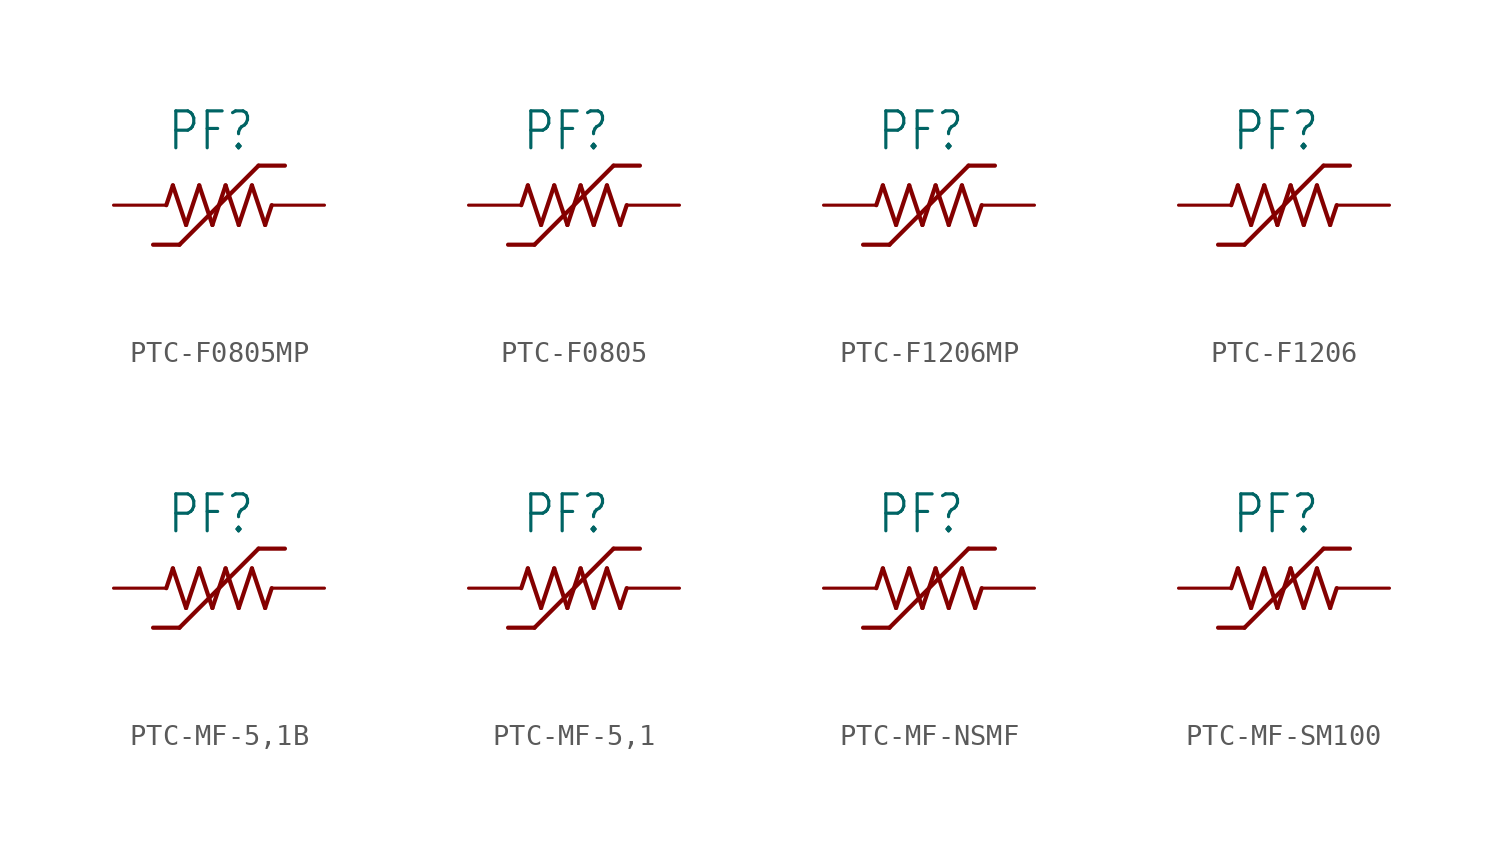
<source format=kicad_sym>
(kicad_symbol_lib
  (version 20231120)
  (generator "kicad_symbol_editor")
  (generator_version "8.0")
  (symbol "PTC-F0805MP"
    (property "Reference" "PF"
      (at -2.54 2.54 0)
      (effects (font (size 1.778 1.511)) (justify left bottom)))
    (property "Value" ""
      (at -5.08 -5.08 0)
      (effects (font (size 1.778 1.511)) (justify left bottom)))
    (property "ki_locked" ""
      (at 0 0 0)
      (effects (font (size 1.27 1.27))))
    (symbol "PTC-F0805MP_1_0"
      (polyline (pts (xy -2.54 0) (xy -2.223 0.953)) (stroke (width 0.203) (type solid)) (fill (type none)))
      (polyline (pts (xy -2.223 0.953) (xy -1.587 -0.953)) (stroke (width 0.203) (type solid)) (fill (type none)))
      (polyline (pts (xy -1.905 -1.905) (xy -3.175 -1.905)) (stroke (width 0.203) (type solid)) (fill (type none)))
      (polyline (pts (xy -1.587 -0.953) (xy -0.953 0.953)) (stroke (width 0.203) (type solid)) (fill (type none)))
      (polyline (pts (xy -0.953 0.953) (xy -0.318 -0.953)) (stroke (width 0.203) (type solid)) (fill (type none)))
      (polyline (pts (xy -0.318 -0.953) (xy 0.318 0.953)) (stroke (width 0.203) (type solid)) (fill (type none)))
      (polyline (pts (xy 0.318 0.953) (xy 0.953 -0.953)) (stroke (width 0.203) (type solid)) (fill (type none)))
      (polyline (pts (xy 0.953 -0.953) (xy 1.587 0.953)) (stroke (width 0.203) (type solid)) (fill (type none)))
      (polyline (pts (xy 1.587 0.953) (xy 2.223 -0.953)) (stroke (width 0.203) (type solid)) (fill (type none)))
      (polyline (pts (xy 1.905 1.905) (xy -1.905 -1.905)) (stroke (width 0.203) (type solid)) (fill (type none)))
      (polyline (pts (xy 2.223 -0.953) (xy 2.54 0)) (stroke (width 0.203) (type solid)) (fill (type none)))
      (polyline (pts (xy 3.175 1.905) (xy 1.905 1.905)) (stroke (width 0.203) (type solid)) (fill (type none)))
      (pin passive line (at -5.08 0 0) (length 2.54) (name "1" (effects (font (size 0 0)))) (number "1" (effects (font (size 0 0)))))
      (pin passive line (at 5.08 0 180) (length 2.54) (name "2" (effects (font (size 0 0)))) (number "2" (effects (font (size 0 0)))))))
  (symbol "PTC-F0805"
    (property "Reference" "PF"
      (at -2.54 2.54 0)
      (effects (font (size 1.778 1.511)) (justify left bottom)))
    (property "Value" ""
      (at -5.08 -5.08 0)
      (effects (font (size 1.778 1.511)) (justify left bottom)))
    (property "ki_locked" ""
      (at 0 0 0)
      (effects (font (size 1.27 1.27))))
    (symbol "PTC-F0805_1_0"
      (polyline (pts (xy -2.54 0) (xy -2.223 0.953)) (stroke (width 0.203) (type solid)) (fill (type none)))
      (polyline (pts (xy -2.223 0.953) (xy -1.587 -0.953)) (stroke (width 0.203) (type solid)) (fill (type none)))
      (polyline (pts (xy -1.905 -1.905) (xy -3.175 -1.905)) (stroke (width 0.203) (type solid)) (fill (type none)))
      (polyline (pts (xy -1.587 -0.953) (xy -0.953 0.953)) (stroke (width 0.203) (type solid)) (fill (type none)))
      (polyline (pts (xy -0.953 0.953) (xy -0.318 -0.953)) (stroke (width 0.203) (type solid)) (fill (type none)))
      (polyline (pts (xy -0.318 -0.953) (xy 0.318 0.953)) (stroke (width 0.203) (type solid)) (fill (type none)))
      (polyline (pts (xy 0.318 0.953) (xy 0.953 -0.953)) (stroke (width 0.203) (type solid)) (fill (type none)))
      (polyline (pts (xy 0.953 -0.953) (xy 1.587 0.953)) (stroke (width 0.203) (type solid)) (fill (type none)))
      (polyline (pts (xy 1.587 0.953) (xy 2.223 -0.953)) (stroke (width 0.203) (type solid)) (fill (type none)))
      (polyline (pts (xy 1.905 1.905) (xy -1.905 -1.905)) (stroke (width 0.203) (type solid)) (fill (type none)))
      (polyline (pts (xy 2.223 -0.953) (xy 2.54 0)) (stroke (width 0.203) (type solid)) (fill (type none)))
      (polyline (pts (xy 3.175 1.905) (xy 1.905 1.905)) (stroke (width 0.203) (type solid)) (fill (type none)))
      (pin passive line (at -5.08 0 0) (length 2.54) (name "1" (effects (font (size 0 0)))) (number "1" (effects (font (size 0 0)))))
      (pin passive line (at 5.08 0 180) (length 2.54) (name "2" (effects (font (size 0 0)))) (number "2" (effects (font (size 0 0)))))))
  (symbol "PTC-F1206MP"
    (property "Reference" "PF"
      (at -2.54 2.54 0)
      (effects (font (size 1.778 1.511)) (justify left bottom)))
    (property "Value" ""
      (at -5.08 -5.08 0)
      (effects (font (size 1.778 1.511)) (justify left bottom)))
    (property "ki_locked" ""
      (at 0 0 0)
      (effects (font (size 1.27 1.27))))
    (symbol "PTC-F1206MP_1_0"
      (polyline (pts (xy -2.54 0) (xy -2.223 0.953)) (stroke (width 0.203) (type solid)) (fill (type none)))
      (polyline (pts (xy -2.223 0.953) (xy -1.587 -0.953)) (stroke (width 0.203) (type solid)) (fill (type none)))
      (polyline (pts (xy -1.905 -1.905) (xy -3.175 -1.905)) (stroke (width 0.203) (type solid)) (fill (type none)))
      (polyline (pts (xy -1.587 -0.953) (xy -0.953 0.953)) (stroke (width 0.203) (type solid)) (fill (type none)))
      (polyline (pts (xy -0.953 0.953) (xy -0.318 -0.953)) (stroke (width 0.203) (type solid)) (fill (type none)))
      (polyline (pts (xy -0.318 -0.953) (xy 0.318 0.953)) (stroke (width 0.203) (type solid)) (fill (type none)))
      (polyline (pts (xy 0.318 0.953) (xy 0.953 -0.953)) (stroke (width 0.203) (type solid)) (fill (type none)))
      (polyline (pts (xy 0.953 -0.953) (xy 1.587 0.953)) (stroke (width 0.203) (type solid)) (fill (type none)))
      (polyline (pts (xy 1.587 0.953) (xy 2.223 -0.953)) (stroke (width 0.203) (type solid)) (fill (type none)))
      (polyline (pts (xy 1.905 1.905) (xy -1.905 -1.905)) (stroke (width 0.203) (type solid)) (fill (type none)))
      (polyline (pts (xy 2.223 -0.953) (xy 2.54 0)) (stroke (width 0.203) (type solid)) (fill (type none)))
      (polyline (pts (xy 3.175 1.905) (xy 1.905 1.905)) (stroke (width 0.203) (type solid)) (fill (type none)))
      (pin passive line (at -5.08 0 0) (length 2.54) (name "1" (effects (font (size 0 0)))) (number "1" (effects (font (size 0 0)))))
      (pin passive line (at 5.08 0 180) (length 2.54) (name "2" (effects (font (size 0 0)))) (number "2" (effects (font (size 0 0)))))))
  (symbol "PTC-F1206"
    (property "Reference" "PF"
      (at -2.54 2.54 0)
      (effects (font (size 1.778 1.511)) (justify left bottom)))
    (property "Value" ""
      (at -5.08 -5.08 0)
      (effects (font (size 1.778 1.511)) (justify left bottom)))
    (property "ki_locked" ""
      (at 0 0 0)
      (effects (font (size 1.27 1.27))))
    (symbol "PTC-F1206_1_0"
      (polyline (pts (xy -2.54 0) (xy -2.223 0.953)) (stroke (width 0.203) (type solid)) (fill (type none)))
      (polyline (pts (xy -2.223 0.953) (xy -1.587 -0.953)) (stroke (width 0.203) (type solid)) (fill (type none)))
      (polyline (pts (xy -1.905 -1.905) (xy -3.175 -1.905)) (stroke (width 0.203) (type solid)) (fill (type none)))
      (polyline (pts (xy -1.587 -0.953) (xy -0.953 0.953)) (stroke (width 0.203) (type solid)) (fill (type none)))
      (polyline (pts (xy -0.953 0.953) (xy -0.318 -0.953)) (stroke (width 0.203) (type solid)) (fill (type none)))
      (polyline (pts (xy -0.318 -0.953) (xy 0.318 0.953)) (stroke (width 0.203) (type solid)) (fill (type none)))
      (polyline (pts (xy 0.318 0.953) (xy 0.953 -0.953)) (stroke (width 0.203) (type solid)) (fill (type none)))
      (polyline (pts (xy 0.953 -0.953) (xy 1.587 0.953)) (stroke (width 0.203) (type solid)) (fill (type none)))
      (polyline (pts (xy 1.587 0.953) (xy 2.223 -0.953)) (stroke (width 0.203) (type solid)) (fill (type none)))
      (polyline (pts (xy 1.905 1.905) (xy -1.905 -1.905)) (stroke (width 0.203) (type solid)) (fill (type none)))
      (polyline (pts (xy 2.223 -0.953) (xy 2.54 0)) (stroke (width 0.203) (type solid)) (fill (type none)))
      (polyline (pts (xy 3.175 1.905) (xy 1.905 1.905)) (stroke (width 0.203) (type solid)) (fill (type none)))
      (pin passive line (at -5.08 0 0) (length 2.54) (name "1" (effects (font (size 0 0)))) (number "1" (effects (font (size 0 0)))))
      (pin passive line (at 5.08 0 180) (length 2.54) (name "2" (effects (font (size 0 0)))) (number "2" (effects (font (size 0 0)))))))
  (symbol "PTC-MF-5,1B"
    (property "Reference" "PF"
      (at -2.54 2.54 0)
      (effects (font (size 1.778 1.511)) (justify left bottom)))
    (property "Value" ""
      (at -5.08 -5.08 0)
      (effects (font (size 1.778 1.511)) (justify left bottom)))
    (property "ki_locked" ""
      (at 0 0 0)
      (effects (font (size 1.27 1.27))))
    (symbol "PTC-MF-5,1B_1_0"
      (polyline (pts (xy -2.54 0) (xy -2.223 0.953)) (stroke (width 0.203) (type solid)) (fill (type none)))
      (polyline (pts (xy -2.223 0.953) (xy -1.587 -0.953)) (stroke (width 0.203) (type solid)) (fill (type none)))
      (polyline (pts (xy -1.905 -1.905) (xy -3.175 -1.905)) (stroke (width 0.203) (type solid)) (fill (type none)))
      (polyline (pts (xy -1.587 -0.953) (xy -0.953 0.953)) (stroke (width 0.203) (type solid)) (fill (type none)))
      (polyline (pts (xy -0.953 0.953) (xy -0.318 -0.953)) (stroke (width 0.203) (type solid)) (fill (type none)))
      (polyline (pts (xy -0.318 -0.953) (xy 0.318 0.953)) (stroke (width 0.203) (type solid)) (fill (type none)))
      (polyline (pts (xy 0.318 0.953) (xy 0.953 -0.953)) (stroke (width 0.203) (type solid)) (fill (type none)))
      (polyline (pts (xy 0.953 -0.953) (xy 1.587 0.953)) (stroke (width 0.203) (type solid)) (fill (type none)))
      (polyline (pts (xy 1.587 0.953) (xy 2.223 -0.953)) (stroke (width 0.203) (type solid)) (fill (type none)))
      (polyline (pts (xy 1.905 1.905) (xy -1.905 -1.905)) (stroke (width 0.203) (type solid)) (fill (type none)))
      (polyline (pts (xy 2.223 -0.953) (xy 2.54 0)) (stroke (width 0.203) (type solid)) (fill (type none)))
      (polyline (pts (xy 3.175 1.905) (xy 1.905 1.905)) (stroke (width 0.203) (type solid)) (fill (type none)))
      (pin passive line (at -5.08 0 0) (length 2.54) (name "1" (effects (font (size 0 0)))) (number "1" (effects (font (size 0 0)))))
      (pin passive line (at 5.08 0 180) (length 2.54) (name "2" (effects (font (size 0 0)))) (number "2" (effects (font (size 0 0)))))))
  (symbol "PTC-MF-5,1"
    (property "Reference" "PF"
      (at -2.54 2.54 0)
      (effects (font (size 1.778 1.511)) (justify left bottom)))
    (property "Value" ""
      (at -5.08 -5.08 0)
      (effects (font (size 1.778 1.511)) (justify left bottom)))
    (property "ki_locked" ""
      (at 0 0 0)
      (effects (font (size 1.27 1.27))))
    (symbol "PTC-MF-5,1_1_0"
      (polyline (pts (xy -2.54 0) (xy -2.223 0.953)) (stroke (width 0.203) (type solid)) (fill (type none)))
      (polyline (pts (xy -2.223 0.953) (xy -1.587 -0.953)) (stroke (width 0.203) (type solid)) (fill (type none)))
      (polyline (pts (xy -1.905 -1.905) (xy -3.175 -1.905)) (stroke (width 0.203) (type solid)) (fill (type none)))
      (polyline (pts (xy -1.587 -0.953) (xy -0.953 0.953)) (stroke (width 0.203) (type solid)) (fill (type none)))
      (polyline (pts (xy -0.953 0.953) (xy -0.318 -0.953)) (stroke (width 0.203) (type solid)) (fill (type none)))
      (polyline (pts (xy -0.318 -0.953) (xy 0.318 0.953)) (stroke (width 0.203) (type solid)) (fill (type none)))
      (polyline (pts (xy 0.318 0.953) (xy 0.953 -0.953)) (stroke (width 0.203) (type solid)) (fill (type none)))
      (polyline (pts (xy 0.953 -0.953) (xy 1.587 0.953)) (stroke (width 0.203) (type solid)) (fill (type none)))
      (polyline (pts (xy 1.587 0.953) (xy 2.223 -0.953)) (stroke (width 0.203) (type solid)) (fill (type none)))
      (polyline (pts (xy 1.905 1.905) (xy -1.905 -1.905)) (stroke (width 0.203) (type solid)) (fill (type none)))
      (polyline (pts (xy 2.223 -0.953) (xy 2.54 0)) (stroke (width 0.203) (type solid)) (fill (type none)))
      (polyline (pts (xy 3.175 1.905) (xy 1.905 1.905)) (stroke (width 0.203) (type solid)) (fill (type none)))
      (pin passive line (at -5.08 0 0) (length 2.54) (name "1" (effects (font (size 0 0)))) (number "1" (effects (font (size 0 0)))))
      (pin passive line (at 5.08 0 180) (length 2.54) (name "2" (effects (font (size 0 0)))) (number "2" (effects (font (size 0 0)))))))
  (symbol "PTC-MF-NSMF"
    (property "Reference" "PF"
      (at -2.54 2.54 0)
      (effects (font (size 1.778 1.511)) (justify left bottom)))
    (property "Value" ""
      (at -5.08 -5.08 0)
      (effects (font (size 1.778 1.511)) (justify left bottom)))
    (property "ki_locked" ""
      (at 0 0 0)
      (effects (font (size 1.27 1.27))))
    (symbol "PTC-MF-NSMF_1_0"
      (polyline (pts (xy -2.54 0) (xy -2.223 0.953)) (stroke (width 0.203) (type solid)) (fill (type none)))
      (polyline (pts (xy -2.223 0.953) (xy -1.587 -0.953)) (stroke (width 0.203) (type solid)) (fill (type none)))
      (polyline (pts (xy -1.905 -1.905) (xy -3.175 -1.905)) (stroke (width 0.203) (type solid)) (fill (type none)))
      (polyline (pts (xy -1.587 -0.953) (xy -0.953 0.953)) (stroke (width 0.203) (type solid)) (fill (type none)))
      (polyline (pts (xy -0.953 0.953) (xy -0.318 -0.953)) (stroke (width 0.203) (type solid)) (fill (type none)))
      (polyline (pts (xy -0.318 -0.953) (xy 0.318 0.953)) (stroke (width 0.203) (type solid)) (fill (type none)))
      (polyline (pts (xy 0.318 0.953) (xy 0.953 -0.953)) (stroke (width 0.203) (type solid)) (fill (type none)))
      (polyline (pts (xy 0.953 -0.953) (xy 1.587 0.953)) (stroke (width 0.203) (type solid)) (fill (type none)))
      (polyline (pts (xy 1.587 0.953) (xy 2.223 -0.953)) (stroke (width 0.203) (type solid)) (fill (type none)))
      (polyline (pts (xy 1.905 1.905) (xy -1.905 -1.905)) (stroke (width 0.203) (type solid)) (fill (type none)))
      (polyline (pts (xy 2.223 -0.953) (xy 2.54 0)) (stroke (width 0.203) (type solid)) (fill (type none)))
      (polyline (pts (xy 3.175 1.905) (xy 1.905 1.905)) (stroke (width 0.203) (type solid)) (fill (type none)))
      (pin passive line (at -5.08 0 0) (length 2.54) (name "1" (effects (font (size 0 0)))) (number "1" (effects (font (size 0 0)))))
      (pin passive line (at 5.08 0 180) (length 2.54) (name "2" (effects (font (size 0 0)))) (number "2" (effects (font (size 0 0)))))))
  (symbol "PTC-MF-SM100"
    (property "Reference" "PF"
      (at -2.54 2.54 0)
      (effects (font (size 1.778 1.511)) (justify left bottom)))
    (property "Value" ""
      (at -5.08 -5.08 0)
      (effects (font (size 1.778 1.511)) (justify left bottom)))
    (property "ki_locked" ""
      (at 0 0 0)
      (effects (font (size 1.27 1.27))))
    (symbol "PTC-MF-SM100_1_0"
      (polyline (pts (xy -2.54 0) (xy -2.223 0.953)) (stroke (width 0.203) (type solid)) (fill (type none)))
      (polyline (pts (xy -2.223 0.953) (xy -1.587 -0.953)) (stroke (width 0.203) (type solid)) (fill (type none)))
      (polyline (pts (xy -1.905 -1.905) (xy -3.175 -1.905)) (stroke (width 0.203) (type solid)) (fill (type none)))
      (polyline (pts (xy -1.587 -0.953) (xy -0.953 0.953)) (stroke (width 0.203) (type solid)) (fill (type none)))
      (polyline (pts (xy -0.953 0.953) (xy -0.318 -0.953)) (stroke (width 0.203) (type solid)) (fill (type none)))
      (polyline (pts (xy -0.318 -0.953) (xy 0.318 0.953)) (stroke (width 0.203) (type solid)) (fill (type none)))
      (polyline (pts (xy 0.318 0.953) (xy 0.953 -0.953)) (stroke (width 0.203) (type solid)) (fill (type none)))
      (polyline (pts (xy 0.953 -0.953) (xy 1.587 0.953)) (stroke (width 0.203) (type solid)) (fill (type none)))
      (polyline (pts (xy 1.587 0.953) (xy 2.223 -0.953)) (stroke (width 0.203) (type solid)) (fill (type none)))
      (polyline (pts (xy 1.905 1.905) (xy -1.905 -1.905)) (stroke (width 0.203) (type solid)) (fill (type none)))
      (polyline (pts (xy 2.223 -0.953) (xy 2.54 0)) (stroke (width 0.203) (type solid)) (fill (type none)))
      (polyline (pts (xy 3.175 1.905) (xy 1.905 1.905)) (stroke (width 0.203) (type solid)) (fill (type none)))
      (pin passive line (at -5.08 0 0) (length 2.54) (name "1" (effects (font (size 0 0)))) (number "1" (effects (font (size 0 0)))))
      (pin passive line (at 5.08 0 180) (length 2.54) (name "2" (effects (font (size 0 0)))) (number "2" (effects (font (size 0 0))))))))
</source>
